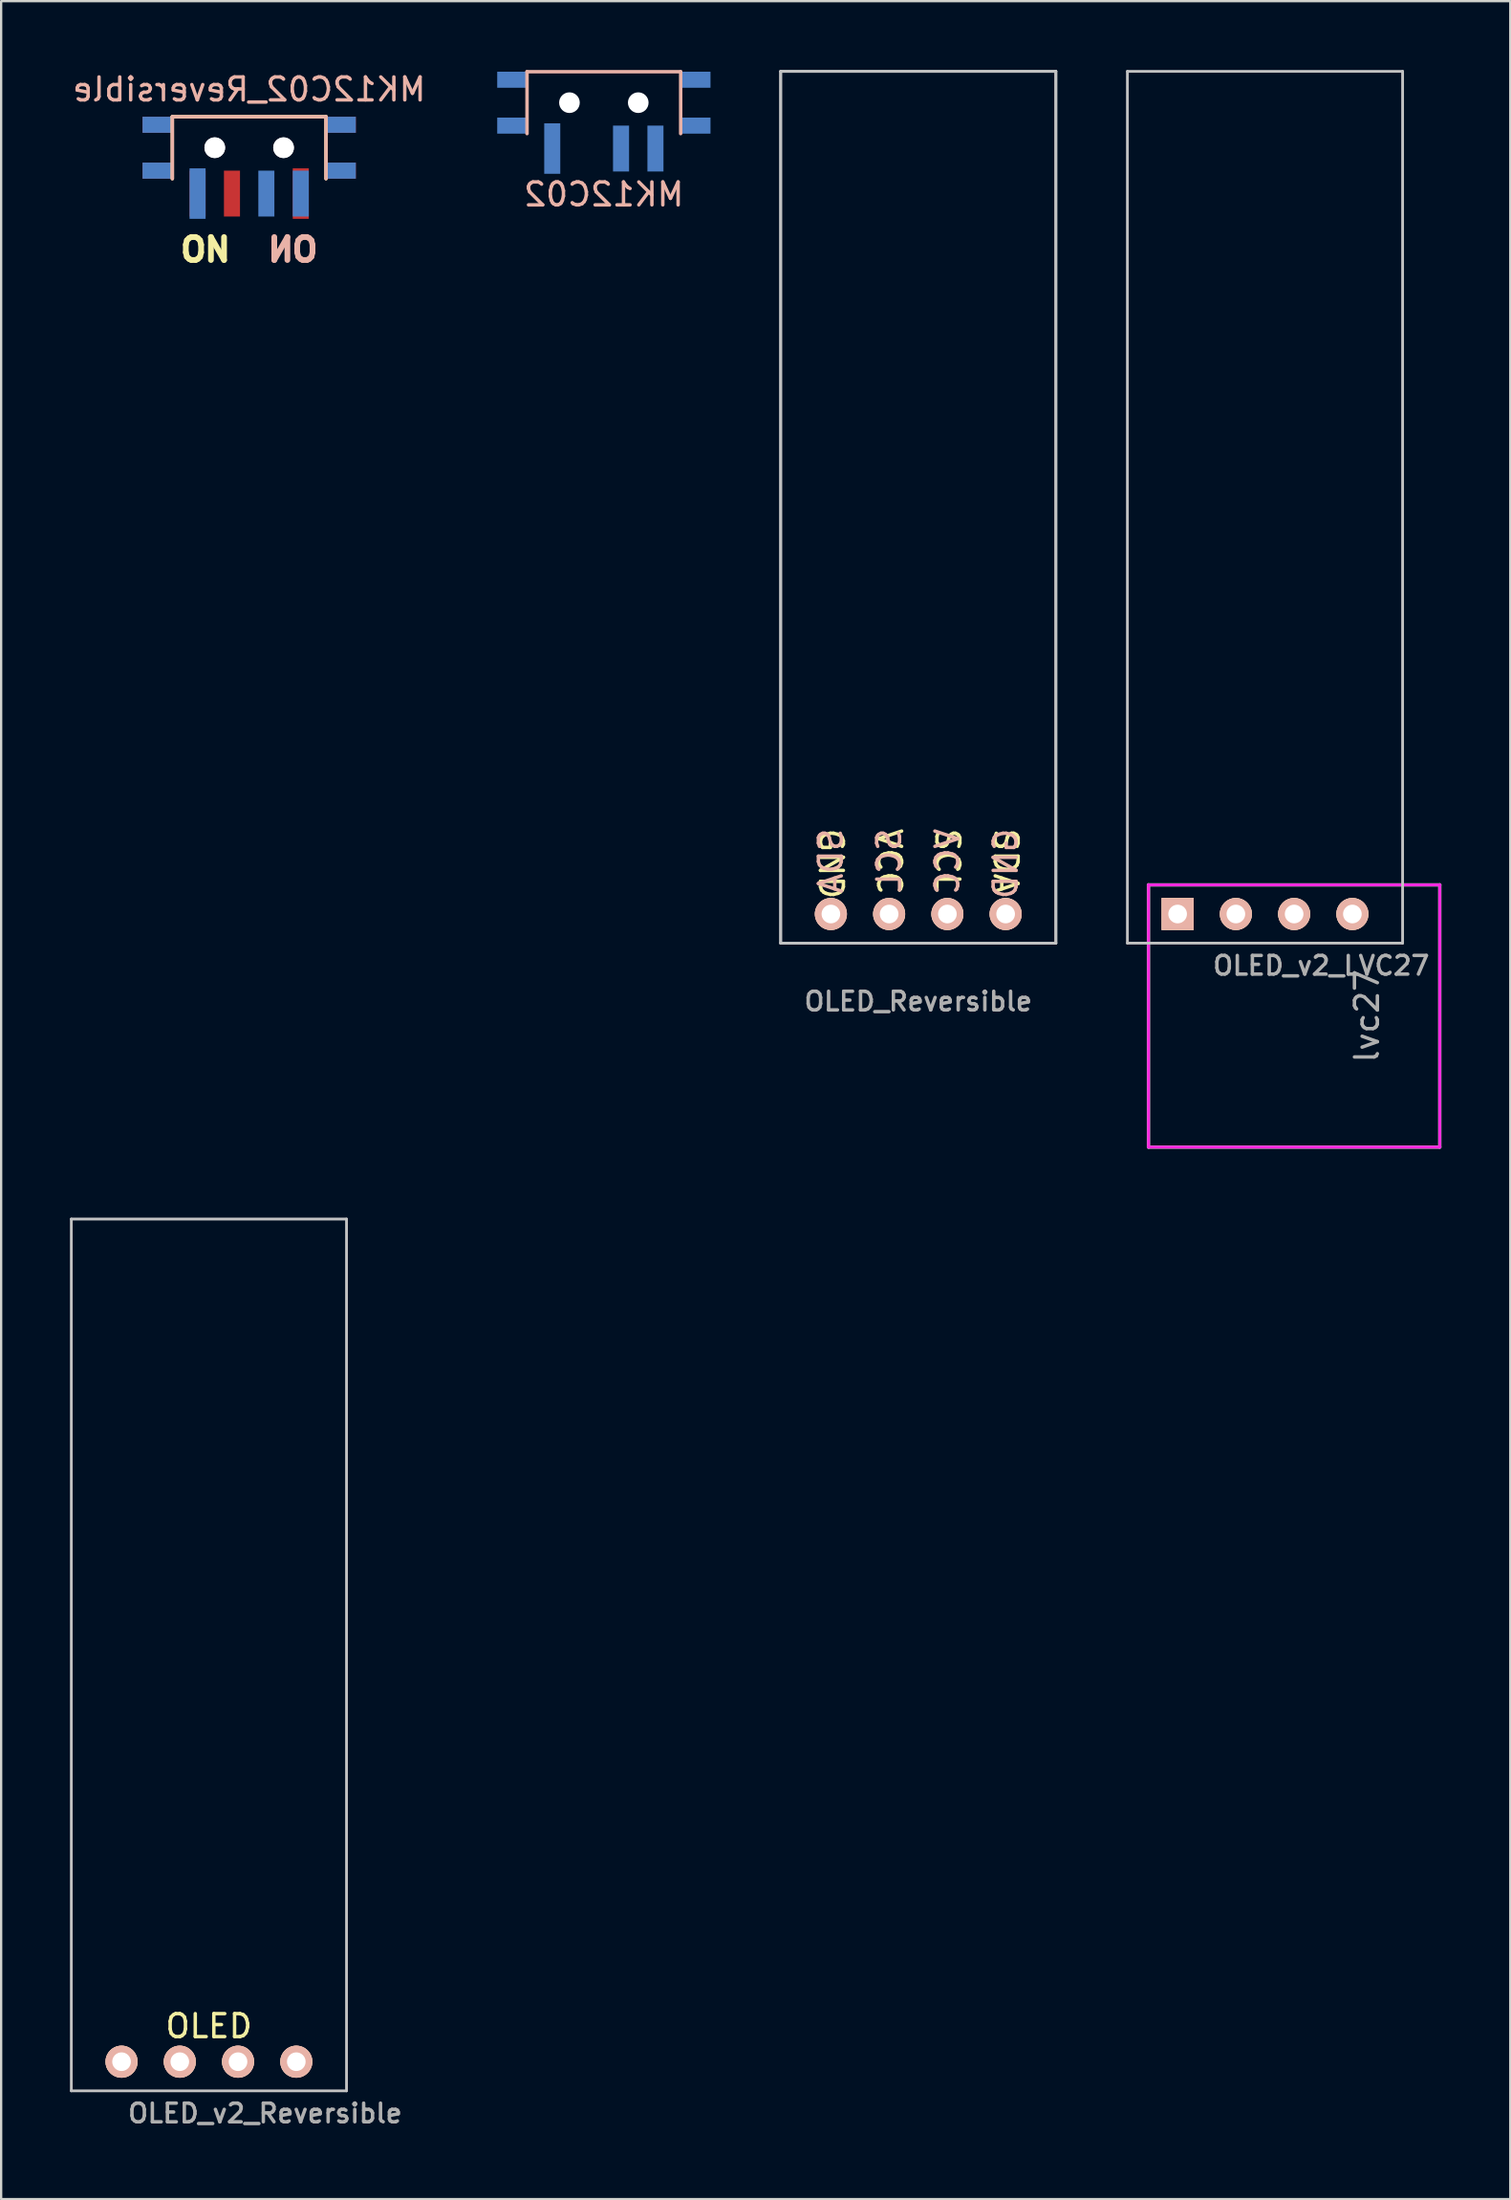
<source format=kicad_pcb>
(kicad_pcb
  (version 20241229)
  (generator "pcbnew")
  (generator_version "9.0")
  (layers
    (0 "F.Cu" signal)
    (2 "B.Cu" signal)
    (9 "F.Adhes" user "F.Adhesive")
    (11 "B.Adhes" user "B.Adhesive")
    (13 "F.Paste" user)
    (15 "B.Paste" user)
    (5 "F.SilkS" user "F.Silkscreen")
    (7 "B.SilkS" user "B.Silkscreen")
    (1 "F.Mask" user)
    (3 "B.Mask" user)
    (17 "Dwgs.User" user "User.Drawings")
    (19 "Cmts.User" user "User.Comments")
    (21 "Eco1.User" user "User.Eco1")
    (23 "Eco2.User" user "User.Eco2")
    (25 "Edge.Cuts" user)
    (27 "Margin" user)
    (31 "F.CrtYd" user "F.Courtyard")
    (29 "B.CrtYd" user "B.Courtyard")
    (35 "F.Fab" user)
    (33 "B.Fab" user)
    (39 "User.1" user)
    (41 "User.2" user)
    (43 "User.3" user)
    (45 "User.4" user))
  (footprint "MK12C02_Reversible"
    (layer "F.Cu")
    (at 7.815 3.388)
    (property "Reference" "MK12C02_Reversible" (at 0 -2.54 0) (layer "B.SilkS") (effects (font (size 1 1) (thickness 0.15)) (justify mirror)))
    (attr through_hole)
    (fp_line (start -3.35 1.35) (end -3.35 -1.35) (stroke (width 0.15) (type solid)) (layer "F.SilkS"))
    (fp_line (start 3.35 -1.35) (end -3.35 -1.35) (stroke (width 0.15) (type solid)) (layer "F.SilkS"))
    (fp_line (start 3.35 1.35) (end 3.35 -1.35) (stroke (width 0.15) (type solid)) (layer "F.SilkS"))
    (fp_line (start -3.35 -1.35) (end 3.35 -1.35) (stroke (width 0.15) (type solid)) (layer "B.SilkS"))
    (fp_line (start -3.35 1.35) (end -3.35 -1.35) (stroke (width 0.15) (type solid)) (layer "B.SilkS"))
    (fp_line (start 3.35 1.35) (end 3.35 -1.35) (stroke (width 0.15) (type solid)) (layer "B.SilkS"))
    (fp_text user "ON" (at -1.905 4.445 0) (unlocked yes) (layer "F.SilkS") (effects (font (size 1 1) (thickness 0.25))))
    (fp_text user "ON" (at 1.905 4.445 0) (unlocked yes) (layer "B.SilkS") (effects (font (size 1 1) (thickness 0.25)) (justify mirror)))
    (pad "" np_thru_hole circle (at -1.5 0) (size 0.9 0.9) (drill 0.9) (layers "*.Cu" "*.Mask"))
    (pad "" np_thru_hole circle (at -1.5 0) (size 0.9 0.9) (drill 0.9) (layers "*.Cu" "*.Mask"))
    (pad "" np_thru_hole circle (at 1.5 0) (size 0.9 0.9) (drill 0.9) (layers "*.Cu" "*.Mask"))
    (pad "" np_thru_hole circle (at 1.5 0) (size 0.9 0.9) (drill 0.9) (layers "*.Cu" "*.Mask"))
    (pad "1" smd rect (at -2.25 2) (size 0.7 2.2) (layers "B.Cu" "B.Mask" "B.Paste"))
    (pad "1" smd rect (at 2.25 2) (size 0.7 2.2) (layers "F.Cu" "F.Mask" "F.Paste"))
    (pad "2" smd rect (at -0.75 2) (size 0.7 2) (layers "F.Cu" "F.Mask" "F.Paste"))
    (pad "2" smd rect (at 0.75 2) (size 0.7 2) (layers "B.Cu" "B.Mask" "B.Paste"))
    (pad "3" smd rect (at -2.25 2) (size 0.7 2) (layers "F.Cu" "F.Mask" "F.Paste"))
    (pad "3" smd rect (at 2.25 2) (size 0.7 2) (layers "B.Cu" "B.Mask" "B.Paste"))
    (pad "4" smd rect (at -4 -1 270) (size 0.7 1.3) (layers "F.Cu" "F.Mask" "F.Paste"))
    (pad "4" smd rect (at -4 -1 90) (size 0.7 1.3) (layers "B.Cu" "B.Mask" "B.Paste"))
    (pad "4" smd rect (at -4 1 270) (size 0.7 1.3) (layers "F.Cu" "F.Mask" "F.Paste"))
    (pad "4" smd rect (at -4 1 90) (size 0.7 1.3) (layers "B.Cu" "B.Mask" "B.Paste"))
    (pad "4" smd rect (at 4 -1 270) (size 0.7 1.3) (layers "F.Cu" "F.Mask" "F.Paste"))
    (pad "4" smd rect (at 4 -1 90) (size 0.7 1.3) (layers "B.Cu" "B.Mask" "B.Paste"))
    (pad "4" smd rect (at 4 1 270) (size 0.7 1.3) (layers "F.Cu" "F.Mask" "F.Paste"))
    (pad "4" smd rect (at 4 1 90) (size 0.7 1.3) (layers "B.Cu" "B.Mask" "B.Paste")))
  (footprint "OLED_v2_Reversible"
    (layer "F.Cu")
    (at 6.06 86.815)
    (property "Reference" "OLED_v2_Reversible" (at 2.45 2.25 180) (layer "F.Fab") (effects (font (size 0.813 0.813) (thickness 0.15))))
    (attr through_hole)
    (fp_line (start -6 -36.73) (end 6 -36.73) (stroke (width 0.12) (type solid)) (layer "Dwgs.User"))
    (fp_line (start -6 1.27) (end -6 -36.73) (stroke (width 0.12) (type solid)) (layer "Dwgs.User"))
    (fp_line (start -6 1.27) (end 6 1.27) (stroke (width 0.12) (type solid)) (layer "Dwgs.User"))
    (fp_line (start 6 -36.73) (end 6 1.27) (stroke (width 0.12) (type solid)) (layer "Dwgs.User"))
    (fp_text user "OLED" (at 0 -1.55 0) (layer "F.SilkS") (effects (font (size 1 1) (thickness 0.15))))
    (pad "1" thru_hole circle (at -3.81 0) (size 1.397 1.397) (drill 0.813) (layers "*.Cu" "*.SilkS" "*.Mask"))
    (pad "2" thru_hole circle (at -1.27 0) (size 1.397 1.397) (drill 0.813) (layers "*.Cu" "*.SilkS" "*.Mask"))
    (pad "3" thru_hole circle (at 1.27 0) (size 1.397 1.397) (drill 0.813) (layers "*.Cu" "*.SilkS" "*.Mask"))
    (pad "4" thru_hole circle (at 3.81 0) (size 1.397 1.397) (drill 0.813) (layers "*.Cu" "*.SilkS" "*.Mask")))
  (footprint "MK12C02"
    (layer "F.Cu")
    (at 23.281 1.425)
    (property "Reference" "MK12C02" (at 0 4 0) (layer "B.SilkS") (effects (font (size 1 1) (thickness 0.15)) (justify mirror)))
    (attr through_hole)
    (fp_line (start -3.35 -1.35) (end 3.35 -1.35) (stroke (width 0.15) (type solid)) (layer "B.SilkS"))
    (fp_line (start -3.35 1.35) (end -3.35 -1.35) (stroke (width 0.15) (type solid)) (layer "B.SilkS"))
    (fp_line (start 3.35 1.35) (end 3.35 -1.35) (stroke (width 0.15) (type solid)) (layer "B.SilkS"))
    (pad "" np_thru_hole circle (at -1.5 0) (size 0.9 0.9) (drill 0.9) (layers "*.Cu" "*.Mask"))
    (pad "" np_thru_hole circle (at 1.5 0) (size 0.9 0.9) (drill 0.9) (layers "*.Cu" "*.Mask"))
    (pad "1" smd rect (at -2.25 2) (size 0.7 2.2) (layers "B.Cu" "B.Mask" "B.Paste"))
    (pad "2" smd rect (at 0.75 2) (size 0.7 2) (layers "B.Cu" "B.Mask" "B.Paste"))
    (pad "3" smd rect (at 2.25 2) (size 0.7 2) (layers "B.Cu" "B.Mask" "B.Paste"))
    (pad "4" smd rect (at -4 -1 90) (size 0.7 1.3) (layers "B.Cu" "B.Mask" "B.Paste"))
    (pad "4" smd rect (at -4 1 90) (size 0.7 1.3) (layers "B.Cu" "B.Mask" "B.Paste"))
    (pad "4" smd rect (at 4 -1 90) (size 0.7 1.3) (layers "B.Cu" "B.Mask" "B.Paste"))
    (pad "4" smd rect (at 4 1 90) (size 0.7 1.3) (layers "B.Cu" "B.Mask" "B.Paste")))
  (footprint "OLED_Reversible"
    (layer "F.Cu")
    (at 36.991 36.79)
    (property "Reference" "OLED_Reversible" (at 0 3.81 180) (layer "F.Fab") (effects (font (size 0.813 0.813) (thickness 0.15))))
    (attr through_hole)
    (fp_line (start -6 -36.73) (end -6 1.27) (stroke (width 0.12) (type solid)) (layer "Dwgs.User"))
    (fp_line (start -6 -36.73) (end 6 -36.73) (stroke (width 0.12) (type solid)) (layer "Dwgs.User"))
    (fp_line (start -6 1.27) (end -6 -36.73) (stroke (width 0.12) (type solid)) (layer "Dwgs.User"))
    (fp_line (start -6 1.27) (end 6 1.27) (stroke (width 0.12) (type solid)) (layer "Dwgs.User"))
    (fp_line (start 6 -36.73) (end -6 -36.73) (stroke (width 0.12) (type solid)) (layer "Dwgs.User"))
    (fp_line (start 6 -36.73) (end 6 1.27) (stroke (width 0.12) (type solid)) (layer "Dwgs.User"))
    (fp_line (start 6 1.27) (end -6 1.27) (stroke (width 0.12) (type solid)) (layer "Dwgs.User"))
    (fp_line (start 6 1.27) (end 6 -36.73) (stroke (width 0.12) (type solid)) (layer "Dwgs.User"))
    (fp_text user "SDA" (at 3.81 -3.81 270) (unlocked yes) (layer "F.SilkS") (effects (font (size 1 1) (thickness 0.15)) (justify left)))
    (fp_text user "GND" (at -3.81 -3.81 270) (unlocked yes) (layer "F.SilkS") (effects (font (size 1 1) (thickness 0.15)) (justify left)))
    (fp_text user "SCL" (at 1.27 -3.81 270) (unlocked yes) (layer "F.SilkS") (effects (font (size 1 1) (thickness 0.15)) (justify left)))
    (fp_text user "VCC" (at -1.27 -3.81 270) (unlocked yes) (layer "F.SilkS") (effects (font (size 1 1) (thickness 0.15)) (justify left)))
    (fp_text user "VCC" (at 1.27 -3.81 90) (unlocked yes) (layer "B.SilkS") (effects (font (size 1 1) (thickness 0.15)) (justify left mirror)))
    (fp_text user "SDA" (at -3.81 -3.81 90) (unlocked yes) (layer "B.SilkS") (effects (font (size 1 1) (thickness 0.15)) (justify left mirror)))
    (fp_text user "GND" (at 3.81 -3.81 90) (unlocked yes) (layer "B.SilkS") (effects (font (size 1 1) (thickness 0.15)) (justify left mirror)))
    (fp_text user "SCL" (at -1.27 -3.81 90) (unlocked yes) (layer "B.SilkS") (effects (font (size 1 1) (thickness 0.15)) (justify left mirror)))
    (pad "1" thru_hole circle (at -3.81 0) (size 1.397 1.397) (drill 0.813) (layers "*.Cu" "*.SilkS" "*.Mask"))
    (pad "2" thru_hole circle (at -1.27 0) (size 1.397 1.397) (drill 0.813) (layers "*.Cu" "*.SilkS" "*.Mask"))
    (pad "3" thru_hole circle (at 1.27 0) (size 1.397 1.397) (drill 0.813) (layers "*.Cu" "*.SilkS" "*.Mask"))
    (pad "4" thru_hole circle (at 3.81 0) (size 1.397 1.397) (drill 0.813) (layers "*.Cu" "*.SilkS" "*.Mask")))
  (footprint "OLED_v2_LVC27"
    (layer "F.Cu")
    (at 52.111 36.79)
    (property "Reference" "OLED_v2_LVC27" (at 2.45 2.25 180) (layer "F.Fab") (effects (font (size 0.813 0.813) (thickness 0.15))))
    (attr through_hole)
    (fp_line (start -6 -36.73) (end 6 -36.73) (stroke (width 0.12) (type solid)) (layer "Dwgs.User"))
    (fp_line (start -6 1.27) (end -6 -36.73) (stroke (width 0.12) (type solid)) (layer "Dwgs.User"))
    (fp_line (start -6 1.27) (end 6 1.27) (stroke (width 0.12) (type solid)) (layer "Dwgs.User"))
    (fp_line (start 6 -36.73) (end 6 1.27) (stroke (width 0.12) (type solid)) (layer "Dwgs.User"))
    (fp_line (start -5.08 -1.27) (end -5.08 10.16) (stroke (width 0.12) (type solid)) (layer "F.CrtYd"))
    (fp_line (start -5.08 10.16) (end 7.62 10.16) (stroke (width 0.12) (type solid)) (layer "F.CrtYd"))
    (fp_line (start 7.62 -1.27) (end -5.08 -1.27) (stroke (width 0.12) (type solid)) (layer "F.CrtYd"))
    (fp_line (start 7.62 10.16) (end 7.62 -1.27) (stroke (width 0.12) (type solid)) (layer "F.CrtYd"))
    (fp_line (start -5.08 -1.27) (end -5.08 10.16) (stroke (width 0.15) (type solid)) (layer "F.Fab"))
    (fp_line (start -5.08 10.16) (end 7.62 10.16) (stroke (width 0.15) (type solid)) (layer "F.Fab"))
    (fp_line (start 7.62 -1.27) (end -5.08 -1.27) (stroke (width 0.15) (type solid)) (layer "F.Fab"))
    (fp_line (start 7.62 10.16) (end 7.62 -1.27) (stroke (width 0.15) (type solid)) (layer "F.Fab"))
    (fp_text user "lvc27" (at 4.445 4.445 90) (layer "F.Fab") (effects (font (size 1 1) (thickness 0.15))))
    (pad "1" thru_hole rect (at -3.81 0) (size 1.397 1.397) (drill 0.813) (layers "*.Cu" "*.SilkS" "*.Mask"))
    (pad "2" thru_hole circle (at -1.27 0) (size 1.397 1.397) (drill 0.813) (layers "*.Cu" "*.SilkS" "*.Mask"))
    (pad "3" thru_hole circle (at 1.27 0) (size 1.397 1.397) (drill 0.813) (layers "*.Cu" "*.SilkS" "*.Mask"))
    (pad "4" thru_hole circle (at 3.81 0) (size 1.397 1.397) (drill 0.813) (layers "*.Cu" "*.SilkS" "*.Mask")))
  (gr_rect
    (start -3 -3)
    (end 62.806 92.804)
    (stroke (width 0.1) (type default))
    (fill no)
    (layer "Edge.Cuts")))
</source>
